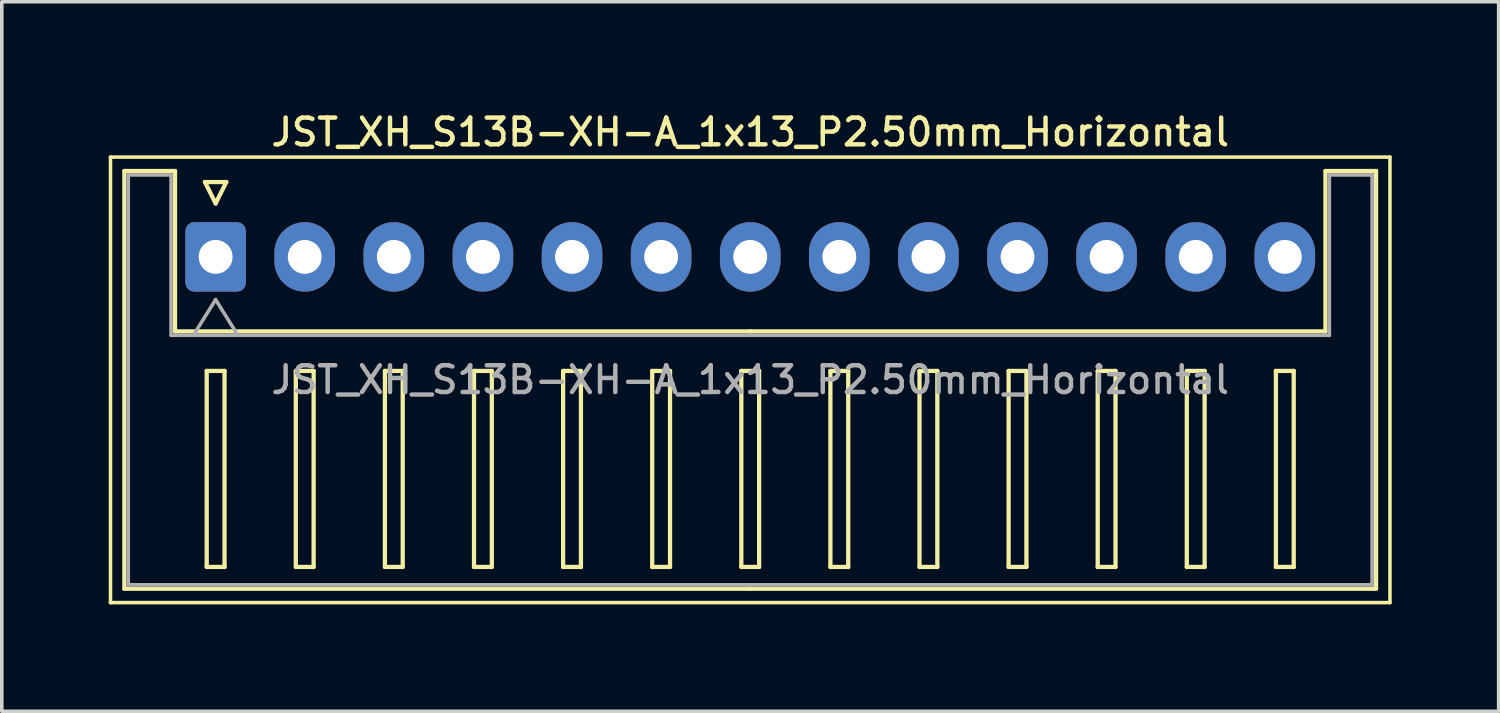
<source format=kicad_pcb>
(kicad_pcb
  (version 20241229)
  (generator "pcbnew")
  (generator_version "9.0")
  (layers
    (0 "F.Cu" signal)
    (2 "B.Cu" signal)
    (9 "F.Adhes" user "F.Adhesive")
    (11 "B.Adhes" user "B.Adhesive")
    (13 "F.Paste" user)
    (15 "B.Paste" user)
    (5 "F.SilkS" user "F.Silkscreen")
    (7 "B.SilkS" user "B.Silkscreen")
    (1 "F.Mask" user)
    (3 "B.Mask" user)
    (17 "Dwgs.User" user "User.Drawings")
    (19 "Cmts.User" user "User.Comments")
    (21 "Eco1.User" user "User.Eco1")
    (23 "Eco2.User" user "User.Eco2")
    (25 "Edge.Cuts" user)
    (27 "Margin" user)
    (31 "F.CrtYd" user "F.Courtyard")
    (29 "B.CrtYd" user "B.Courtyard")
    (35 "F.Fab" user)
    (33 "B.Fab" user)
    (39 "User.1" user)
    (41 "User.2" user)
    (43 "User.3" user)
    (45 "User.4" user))
  (footprint "JST_XH_S13B-XH-A_1x13_P2.50mm_Horizontal"
    (layer "F.Cu")
    (at 3 4.158)
    (property "Reference" "JST_XH_S13B-XH-A_1x13_P2.50mm_Horizontal" (at 15 -3.5 0) (layer "F.SilkS") (effects (font (size 0.75 0.75) (thickness 0.125))))
    (attr through_hole)
    (fp_line (start -2.95 -2.8) (end -2.95 9.7) (stroke (width 0.1) (type solid)) (layer "F.SilkS"))
    (fp_line (start -2.95 9.7) (end 32.95 9.7) (stroke (width 0.1) (type solid)) (layer "F.SilkS"))
    (fp_line (start -2.56 -2.41) (end -1.14 -2.41) (stroke (width 0.12) (type solid)) (layer "F.SilkS"))
    (fp_line (start -2.56 9.31) (end -2.56 -2.41) (stroke (width 0.12) (type solid)) (layer "F.SilkS"))
    (fp_line (start -1.14 -2.41) (end -1.14 2.09) (stroke (width 0.12) (type solid)) (layer "F.SilkS"))
    (fp_line (start -1.14 2.09) (end 15 2.09) (stroke (width 0.12) (type solid)) (layer "F.SilkS"))
    (fp_line (start -0.3 -2.1) (end 0.3 -2.1) (stroke (width 0.12) (type solid)) (layer "F.SilkS"))
    (fp_line (start -0.25 3.2) (end -0.25 8.7) (stroke (width 0.12) (type solid)) (layer "F.SilkS"))
    (fp_line (start -0.25 8.7) (end 0.25 8.7) (stroke (width 0.12) (type solid)) (layer "F.SilkS"))
    (fp_line (start 0 -1.5) (end -0.3 -2.1) (stroke (width 0.12) (type solid)) (layer "F.SilkS"))
    (fp_line (start 0.25 3.2) (end -0.25 3.2) (stroke (width 0.12) (type solid)) (layer "F.SilkS"))
    (fp_line (start 0.25 8.7) (end 0.25 3.2) (stroke (width 0.12) (type solid)) (layer "F.SilkS"))
    (fp_line (start 0.3 -2.1) (end 0 -1.5) (stroke (width 0.12) (type solid)) (layer "F.SilkS"))
    (fp_line (start 2.25 3.2) (end 2.25 8.7) (stroke (width 0.12) (type solid)) (layer "F.SilkS"))
    (fp_line (start 2.25 8.7) (end 2.75 8.7) (stroke (width 0.12) (type solid)) (layer "F.SilkS"))
    (fp_line (start 2.75 3.2) (end 2.25 3.2) (stroke (width 0.12) (type solid)) (layer "F.SilkS"))
    (fp_line (start 2.75 8.7) (end 2.75 3.2) (stroke (width 0.12) (type solid)) (layer "F.SilkS"))
    (fp_line (start 4.75 3.2) (end 4.75 8.7) (stroke (width 0.12) (type solid)) (layer "F.SilkS"))
    (fp_line (start 4.75 8.7) (end 5.25 8.7) (stroke (width 0.12) (type solid)) (layer "F.SilkS"))
    (fp_line (start 5.25 3.2) (end 4.75 3.2) (stroke (width 0.12) (type solid)) (layer "F.SilkS"))
    (fp_line (start 5.25 8.7) (end 5.25 3.2) (stroke (width 0.12) (type solid)) (layer "F.SilkS"))
    (fp_line (start 7.25 3.2) (end 7.25 8.7) (stroke (width 0.12) (type solid)) (layer "F.SilkS"))
    (fp_line (start 7.25 8.7) (end 7.75 8.7) (stroke (width 0.12) (type solid)) (layer "F.SilkS"))
    (fp_line (start 7.75 3.2) (end 7.25 3.2) (stroke (width 0.12) (type solid)) (layer "F.SilkS"))
    (fp_line (start 7.75 8.7) (end 7.75 3.2) (stroke (width 0.12) (type solid)) (layer "F.SilkS"))
    (fp_line (start 9.75 3.2) (end 9.75 8.7) (stroke (width 0.12) (type solid)) (layer "F.SilkS"))
    (fp_line (start 9.75 8.7) (end 10.25 8.7) (stroke (width 0.12) (type solid)) (layer "F.SilkS"))
    (fp_line (start 10.25 3.2) (end 9.75 3.2) (stroke (width 0.12) (type solid)) (layer "F.SilkS"))
    (fp_line (start 10.25 8.7) (end 10.25 3.2) (stroke (width 0.12) (type solid)) (layer "F.SilkS"))
    (fp_line (start 12.25 3.2) (end 12.25 8.7) (stroke (width 0.12) (type solid)) (layer "F.SilkS"))
    (fp_line (start 12.25 8.7) (end 12.75 8.7) (stroke (width 0.12) (type solid)) (layer "F.SilkS"))
    (fp_line (start 12.75 3.2) (end 12.25 3.2) (stroke (width 0.12) (type solid)) (layer "F.SilkS"))
    (fp_line (start 12.75 8.7) (end 12.75 3.2) (stroke (width 0.12) (type solid)) (layer "F.SilkS"))
    (fp_line (start 14.75 3.2) (end 14.75 8.7) (stroke (width 0.12) (type solid)) (layer "F.SilkS"))
    (fp_line (start 14.75 8.7) (end 15.25 8.7) (stroke (width 0.12) (type solid)) (layer "F.SilkS"))
    (fp_line (start 15 9.31) (end -2.56 9.31) (stroke (width 0.12) (type solid)) (layer "F.SilkS"))
    (fp_line (start 15 9.31) (end 32.56 9.31) (stroke (width 0.12) (type solid)) (layer "F.SilkS"))
    (fp_line (start 15.25 3.2) (end 14.75 3.2) (stroke (width 0.12) (type solid)) (layer "F.SilkS"))
    (fp_line (start 15.25 8.7) (end 15.25 3.2) (stroke (width 0.12) (type solid)) (layer "F.SilkS"))
    (fp_line (start 17.25 3.2) (end 17.25 8.7) (stroke (width 0.12) (type solid)) (layer "F.SilkS"))
    (fp_line (start 17.25 8.7) (end 17.75 8.7) (stroke (width 0.12) (type solid)) (layer "F.SilkS"))
    (fp_line (start 17.75 3.2) (end 17.25 3.2) (stroke (width 0.12) (type solid)) (layer "F.SilkS"))
    (fp_line (start 17.75 8.7) (end 17.75 3.2) (stroke (width 0.12) (type solid)) (layer "F.SilkS"))
    (fp_line (start 19.75 3.2) (end 19.75 8.7) (stroke (width 0.12) (type solid)) (layer "F.SilkS"))
    (fp_line (start 19.75 8.7) (end 20.25 8.7) (stroke (width 0.12) (type solid)) (layer "F.SilkS"))
    (fp_line (start 20.25 3.2) (end 19.75 3.2) (stroke (width 0.12) (type solid)) (layer "F.SilkS"))
    (fp_line (start 20.25 8.7) (end 20.25 3.2) (stroke (width 0.12) (type solid)) (layer "F.SilkS"))
    (fp_line (start 22.25 3.2) (end 22.25 8.7) (stroke (width 0.12) (type solid)) (layer "F.SilkS"))
    (fp_line (start 22.25 8.7) (end 22.75 8.7) (stroke (width 0.12) (type solid)) (layer "F.SilkS"))
    (fp_line (start 22.75 3.2) (end 22.25 3.2) (stroke (width 0.12) (type solid)) (layer "F.SilkS"))
    (fp_line (start 22.75 8.7) (end 22.75 3.2) (stroke (width 0.12) (type solid)) (layer "F.SilkS"))
    (fp_line (start 24.75 3.2) (end 24.75 8.7) (stroke (width 0.12) (type solid)) (layer "F.SilkS"))
    (fp_line (start 24.75 8.7) (end 25.25 8.7) (stroke (width 0.12) (type solid)) (layer "F.SilkS"))
    (fp_line (start 25.25 3.2) (end 24.75 3.2) (stroke (width 0.12) (type solid)) (layer "F.SilkS"))
    (fp_line (start 25.25 8.7) (end 25.25 3.2) (stroke (width 0.12) (type solid)) (layer "F.SilkS"))
    (fp_line (start 27.25 3.2) (end 27.25 8.7) (stroke (width 0.12) (type solid)) (layer "F.SilkS"))
    (fp_line (start 27.25 8.7) (end 27.75 8.7) (stroke (width 0.12) (type solid)) (layer "F.SilkS"))
    (fp_line (start 27.75 3.2) (end 27.25 3.2) (stroke (width 0.12) (type solid)) (layer "F.SilkS"))
    (fp_line (start 27.75 8.7) (end 27.75 3.2) (stroke (width 0.12) (type solid)) (layer "F.SilkS"))
    (fp_line (start 29.75 3.2) (end 29.75 8.7) (stroke (width 0.12) (type solid)) (layer "F.SilkS"))
    (fp_line (start 29.75 8.7) (end 30.25 8.7) (stroke (width 0.12) (type solid)) (layer "F.SilkS"))
    (fp_line (start 30.25 3.2) (end 29.75 3.2) (stroke (width 0.12) (type solid)) (layer "F.SilkS"))
    (fp_line (start 30.25 8.7) (end 30.25 3.2) (stroke (width 0.12) (type solid)) (layer "F.SilkS"))
    (fp_line (start 31.14 -2.41) (end 31.14 2.09) (stroke (width 0.12) (type solid)) (layer "F.SilkS"))
    (fp_line (start 31.14 2.09) (end 15 2.09) (stroke (width 0.12) (type solid)) (layer "F.SilkS"))
    (fp_line (start 32.56 -2.41) (end 31.14 -2.41) (stroke (width 0.12) (type solid)) (layer "F.SilkS"))
    (fp_line (start 32.56 9.31) (end 32.56 -2.41) (stroke (width 0.12) (type solid)) (layer "F.SilkS"))
    (fp_line (start 32.95 -2.8) (end -2.95 -2.8) (stroke (width 0.1) (type solid)) (layer "F.SilkS"))
    (fp_line (start 32.95 9.7) (end 32.95 -2.8) (stroke (width 0.1) (type solid)) (layer "F.SilkS"))
    (fp_line (start -2.45 -2.3) (end -1.25 -2.3) (stroke (width 0.1) (type solid)) (layer "F.Fab"))
    (fp_line (start -2.45 9.2) (end -2.45 -2.3) (stroke (width 0.1) (type solid)) (layer "F.Fab"))
    (fp_line (start -1.25 -2.3) (end -1.25 2.2) (stroke (width 0.1) (type solid)) (layer "F.Fab"))
    (fp_line (start -1.25 2.2) (end 15 2.2) (stroke (width 0.1) (type solid)) (layer "F.Fab"))
    (fp_line (start -0.625 2.2) (end 0 1.2) (stroke (width 0.1) (type solid)) (layer "F.Fab"))
    (fp_line (start 0 1.2) (end 0.625 2.2) (stroke (width 0.1) (type solid)) (layer "F.Fab"))
    (fp_line (start 15 9.2) (end -2.45 9.2) (stroke (width 0.1) (type solid)) (layer "F.Fab"))
    (fp_line (start 15 9.2) (end 32.45 9.2) (stroke (width 0.1) (type solid)) (layer "F.Fab"))
    (fp_line (start 31.25 -2.3) (end 31.25 2.2) (stroke (width 0.1) (type solid)) (layer "F.Fab"))
    (fp_line (start 31.25 2.2) (end 15 2.2) (stroke (width 0.1) (type solid)) (layer "F.Fab"))
    (fp_line (start 32.45 -2.3) (end 31.25 -2.3) (stroke (width 0.1) (type solid)) (layer "F.Fab"))
    (fp_line (start 32.45 9.2) (end 32.45 -2.3) (stroke (width 0.1) (type solid)) (layer "F.Fab"))
    (fp_text user "${REFERENCE}" (at 15 3.45 0) (layer "F.Fab") (effects (font (size 0.75 0.75) (thickness 0.125))))
    (pad "1" thru_hole roundrect (at 0 0) (size 1.7 1.95) (drill 0.95) (layers "*.Cu" "*.Mask") (roundrect_rratio 0.147))
    (pad "2" thru_hole oval (at 2.5 0) (size 1.7 1.95) (drill 0.95) (layers "*.Cu" "*.Mask"))
    (pad "3" thru_hole oval (at 5 0) (size 1.7 1.95) (drill 0.95) (layers "*.Cu" "*.Mask"))
    (pad "4" thru_hole oval (at 7.5 0) (size 1.7 1.95) (drill 0.95) (layers "*.Cu" "*.Mask"))
    (pad "5" thru_hole oval (at 10 0) (size 1.7 1.95) (drill 0.95) (layers "*.Cu" "*.Mask"))
    (pad "6" thru_hole oval (at 12.5 0) (size 1.7 1.95) (drill 0.95) (layers "*.Cu" "*.Mask"))
    (pad "7" thru_hole oval (at 15 0) (size 1.7 1.95) (drill 0.95) (layers "*.Cu" "*.Mask"))
    (pad "8" thru_hole oval (at 17.5 0) (size 1.7 1.95) (drill 0.95) (layers "*.Cu" "*.Mask"))
    (pad "9" thru_hole oval (at 20 0) (size 1.7 1.95) (drill 0.95) (layers "*.Cu" "*.Mask"))
    (pad "10" thru_hole oval (at 22.5 0) (size 1.7 1.95) (drill 0.95) (layers "*.Cu" "*.Mask"))
    (pad "11" thru_hole oval (at 25 0) (size 1.7 1.95) (drill 0.95) (layers "*.Cu" "*.Mask"))
    (pad "12" thru_hole oval (at 27.5 0) (size 1.7 1.95) (drill 0.95) (layers "*.Cu" "*.Mask"))
    (pad "13" thru_hole oval (at 30 0) (size 1.7 1.95) (drill 0.95) (layers "*.Cu" "*.Mask")))
  (gr_rect
    (start -3 -3)
    (end 39 16.908)
    (stroke (width 0.1) (type default))
    (fill no)
    (layer "Edge.Cuts")))
</source>
